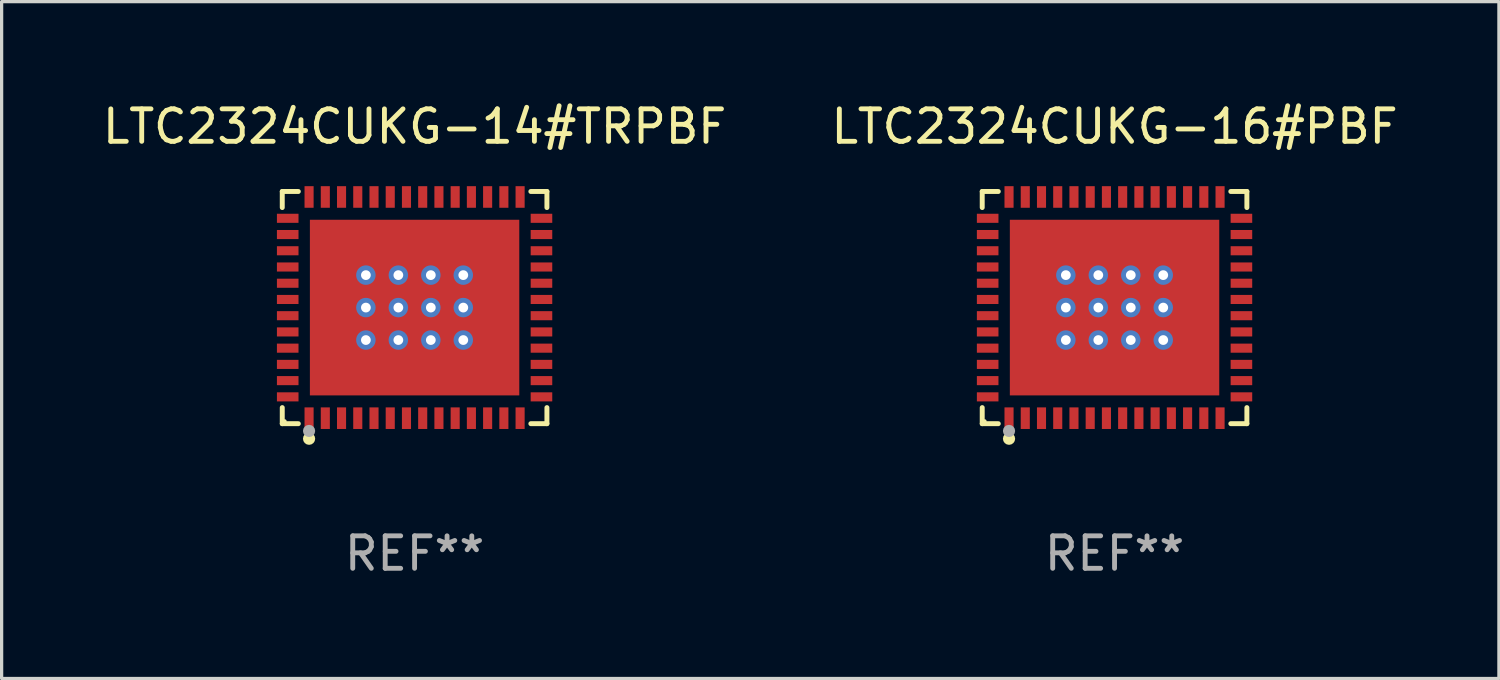
<source format=kicad_pcb>
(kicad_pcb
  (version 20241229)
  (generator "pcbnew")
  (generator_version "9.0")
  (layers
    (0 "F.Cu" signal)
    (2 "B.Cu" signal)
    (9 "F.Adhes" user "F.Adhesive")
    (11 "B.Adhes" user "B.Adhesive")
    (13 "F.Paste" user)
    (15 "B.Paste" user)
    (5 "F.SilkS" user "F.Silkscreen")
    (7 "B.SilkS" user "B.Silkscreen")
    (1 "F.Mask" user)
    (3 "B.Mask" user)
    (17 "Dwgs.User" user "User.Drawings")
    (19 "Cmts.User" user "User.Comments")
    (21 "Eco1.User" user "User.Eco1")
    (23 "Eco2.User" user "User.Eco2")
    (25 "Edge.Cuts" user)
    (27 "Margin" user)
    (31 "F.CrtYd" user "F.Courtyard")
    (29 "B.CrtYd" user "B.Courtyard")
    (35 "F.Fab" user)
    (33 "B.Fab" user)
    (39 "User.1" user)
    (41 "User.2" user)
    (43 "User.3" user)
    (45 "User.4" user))
  (footprint "LTC2324CUKG-16#PBF"
    (layer "F.Cu")
    (at 31.28 6.424)
    (property "Reference" "LTC2324CUKG-16#PBF" (at 0 -5.576 0) (layer "F.SilkS") (effects (font (size 1 1) (thickness 0.15))))
    (attr through_hole)
    (fp_line (start -4.076 -3.576) (end -3.581 -3.576) (stroke (width 0.152) (type solid)) (layer "F.SilkS"))
    (fp_line (start -4.076 -3.081) (end -4.076 -3.576) (stroke (width 0.152) (type solid)) (layer "F.SilkS"))
    (fp_line (start -4.076 3.081) (end -4.076 3.576) (stroke (width 0.152) (type solid)) (layer "F.SilkS"))
    (fp_line (start -4.076 3.576) (end -3.581 3.576) (stroke (width 0.152) (type solid)) (layer "F.SilkS"))
    (fp_line (start 4.076 -3.576) (end 3.581 -3.576) (stroke (width 0.152) (type solid)) (layer "F.SilkS"))
    (fp_line (start 4.076 -3.081) (end 4.076 -3.576) (stroke (width 0.152) (type solid)) (layer "F.SilkS"))
    (fp_line (start 4.076 3.081) (end 4.076 3.576) (stroke (width 0.152) (type solid)) (layer "F.SilkS"))
    (fp_line (start 4.076 3.576) (end 3.581 3.576) (stroke (width 0.152) (type solid)) (layer "F.SilkS"))
    (fp_circle (center -4 3.5) (end -3.97 3.5) (stroke (width 0.06) (type solid)) (fill no) (layer "F.SilkS"))
    (fp_circle (center -3.25 4.04) (end -3.156 4.04) (stroke (width 0.188) (type solid)) (fill no) (layer "F.SilkS"))
    (fp_circle (center -3.25 3.8) (end -3.156 3.8) (stroke (width 0.188) (type solid)) (fill no) (layer "F.Fab"))
    (fp_text user "REF**" (at 0 7.576 0) (layer "F.Fab") (effects (font (size 1 1) (thickness 0.15))))
    (pad "1" smd rect (at -3.25 3.407) (size 0.28 0.665) (layers "F.Cu" "F.Mask" "F.Paste"))
    (pad "2" smd rect (at -2.75 3.407) (size 0.28 0.665) (layers "F.Cu" "F.Mask" "F.Paste"))
    (pad "3" smd rect (at -2.25 3.407) (size 0.28 0.665) (layers "F.Cu" "F.Mask" "F.Paste"))
    (pad "4" smd rect (at -1.75 3.407) (size 0.28 0.665) (layers "F.Cu" "F.Mask" "F.Paste"))
    (pad "5" smd rect (at -1.25 3.407) (size 0.28 0.665) (layers "F.Cu" "F.Mask" "F.Paste"))
    (pad "6" smd rect (at -0.75 3.407) (size 0.28 0.665) (layers "F.Cu" "F.Mask" "F.Paste"))
    (pad "7" smd rect (at -0.25 3.407) (size 0.28 0.665) (layers "F.Cu" "F.Mask" "F.Paste"))
    (pad "8" smd rect (at 0.25 3.407) (size 0.28 0.665) (layers "F.Cu" "F.Mask" "F.Paste"))
    (pad "9" smd rect (at 0.75 3.407) (size 0.28 0.665) (layers "F.Cu" "F.Mask" "F.Paste"))
    (pad "10" smd rect (at 1.25 3.407) (size 0.28 0.665) (layers "F.Cu" "F.Mask" "F.Paste"))
    (pad "11" smd rect (at 1.75 3.407) (size 0.28 0.665) (layers "F.Cu" "F.Mask" "F.Paste"))
    (pad "12" smd rect (at 2.25 3.407) (size 0.28 0.665) (layers "F.Cu" "F.Mask" "F.Paste"))
    (pad "13" smd rect (at 2.75 3.407) (size 0.28 0.665) (layers "F.Cu" "F.Mask" "F.Paste"))
    (pad "14" smd rect (at 3.25 3.407) (size 0.28 0.665) (layers "F.Cu" "F.Mask" "F.Paste"))
    (pad "15" smd rect (at 3.908 2.75) (size 0.665 0.28) (layers "F.Cu" "F.Mask" "F.Paste"))
    (pad "16" smd rect (at 3.908 2.25) (size 0.665 0.28) (layers "F.Cu" "F.Mask" "F.Paste"))
    (pad "17" smd rect (at 3.908 1.75) (size 0.665 0.28) (layers "F.Cu" "F.Mask" "F.Paste"))
    (pad "18" smd rect (at 3.908 1.25) (size 0.665 0.28) (layers "F.Cu" "F.Mask" "F.Paste"))
    (pad "19" smd rect (at 3.908 0.75) (size 0.665 0.28) (layers "F.Cu" "F.Mask" "F.Paste"))
    (pad "20" smd rect (at 3.908 0.25) (size 0.665 0.28) (layers "F.Cu" "F.Mask" "F.Paste"))
    (pad "21" smd rect (at 3.908 -0.25) (size 0.665 0.28) (layers "F.Cu" "F.Mask" "F.Paste"))
    (pad "22" smd rect (at 3.908 -0.75) (size 0.665 0.28) (layers "F.Cu" "F.Mask" "F.Paste"))
    (pad "23" smd rect (at 3.908 -1.25) (size 0.665 0.28) (layers "F.Cu" "F.Mask" "F.Paste"))
    (pad "24" smd rect (at 3.908 -1.75) (size 0.665 0.28) (layers "F.Cu" "F.Mask" "F.Paste"))
    (pad "25" smd rect (at 3.908 -2.25) (size 0.665 0.28) (layers "F.Cu" "F.Mask" "F.Paste"))
    (pad "26" smd rect (at 3.908 -2.75) (size 0.665 0.28) (layers "F.Cu" "F.Mask" "F.Paste"))
    (pad "27" smd rect (at 3.25 -3.407) (size 0.28 0.665) (layers "F.Cu" "F.Mask" "F.Paste"))
    (pad "28" smd rect (at 2.75 -3.407) (size 0.28 0.665) (layers "F.Cu" "F.Mask" "F.Paste"))
    (pad "29" smd rect (at 2.25 -3.407) (size 0.28 0.665) (layers "F.Cu" "F.Mask" "F.Paste"))
    (pad "30" smd rect (at 1.75 -3.407) (size 0.28 0.665) (layers "F.Cu" "F.Mask" "F.Paste"))
    (pad "31" smd rect (at 1.25 -3.407) (size 0.28 0.665) (layers "F.Cu" "F.Mask" "F.Paste"))
    (pad "32" smd rect (at 0.75 -3.407) (size 0.28 0.665) (layers "F.Cu" "F.Mask" "F.Paste"))
    (pad "33" smd rect (at 0.25 -3.407) (size 0.28 0.665) (layers "F.Cu" "F.Mask" "F.Paste"))
    (pad "34" smd rect (at -0.25 -3.407) (size 0.28 0.665) (layers "F.Cu" "F.Mask" "F.Paste"))
    (pad "35" smd rect (at -0.75 -3.407) (size 0.28 0.665) (layers "F.Cu" "F.Mask" "F.Paste"))
    (pad "36" smd rect (at -1.25 -3.407) (size 0.28 0.665) (layers "F.Cu" "F.Mask" "F.Paste"))
    (pad "37" smd rect (at -1.75 -3.407) (size 0.28 0.665) (layers "F.Cu" "F.Mask" "F.Paste"))
    (pad "38" smd rect (at -2.25 -3.407) (size 0.28 0.665) (layers "F.Cu" "F.Mask" "F.Paste"))
    (pad "39" smd rect (at -2.75 -3.407) (size 0.28 0.665) (layers "F.Cu" "F.Mask" "F.Paste"))
    (pad "40" smd rect (at -3.25 -3.407) (size 0.28 0.665) (layers "F.Cu" "F.Mask" "F.Paste"))
    (pad "41" smd rect (at -3.908 -2.75) (size 0.665 0.28) (layers "F.Cu" "F.Mask" "F.Paste"))
    (pad "42" smd rect (at -3.908 -2.25) (size 0.665 0.28) (layers "F.Cu" "F.Mask" "F.Paste"))
    (pad "43" smd rect (at -3.908 -1.75) (size 0.665 0.28) (layers "F.Cu" "F.Mask" "F.Paste"))
    (pad "44" smd rect (at -3.908 -1.25) (size 0.665 0.28) (layers "F.Cu" "F.Mask" "F.Paste"))
    (pad "45" smd rect (at -3.908 -0.75) (size 0.665 0.28) (layers "F.Cu" "F.Mask" "F.Paste"))
    (pad "46" smd rect (at -3.908 -0.25) (size 0.665 0.28) (layers "F.Cu" "F.Mask" "F.Paste"))
    (pad "47" smd rect (at -3.908 0.25) (size 0.665 0.28) (layers "F.Cu" "F.Mask" "F.Paste"))
    (pad "48" smd rect (at -3.908 0.75) (size 0.665 0.28) (layers "F.Cu" "F.Mask" "F.Paste"))
    (pad "49" smd rect (at -3.908 1.25) (size 0.665 0.28) (layers "F.Cu" "F.Mask" "F.Paste"))
    (pad "50" smd rect (at -3.908 1.75) (size 0.665 0.28) (layers "F.Cu" "F.Mask" "F.Paste"))
    (pad "51" smd rect (at -3.908 2.25) (size 0.665 0.28) (layers "F.Cu" "F.Mask" "F.Paste"))
    (pad "52" smd rect (at -3.908 2.75) (size 0.665 0.28) (layers "F.Cu" "F.Mask" "F.Paste"))
    (pad "53" thru_hole circle (at -1.5 -1) (size 0.6 0.6) (drill 0.3) (layers "*.Cu" "*.Mask"))
    (pad "53" thru_hole circle (at -1.5 0) (size 0.6 0.6) (drill 0.3) (layers "*.Cu" "*.Mask"))
    (pad "53" thru_hole circle (at -1.5 1) (size 0.6 0.6) (drill 0.3) (layers "*.Cu" "*.Mask"))
    (pad "53" thru_hole circle (at -0.5 -1) (size 0.6 0.6) (drill 0.3) (layers "*.Cu" "*.Mask"))
    (pad "53" thru_hole circle (at -0.5 0) (size 0.6 0.6) (drill 0.3) (layers "*.Cu" "*.Mask"))
    (pad "53" thru_hole circle (at -0.5 1) (size 0.6 0.6) (drill 0.3) (layers "*.Cu" "*.Mask"))
    (pad "53" smd rect (at 0 0) (size 6.45 5.41) (layers "F.Cu" "F.Mask" "F.Paste"))
    (pad "53" thru_hole circle (at 0.5 -1) (size 0.6 0.6) (drill 0.3) (layers "*.Cu" "*.Mask"))
    (pad "53" thru_hole circle (at 0.5 0) (size 0.6 0.6) (drill 0.3) (layers "*.Cu" "*.Mask"))
    (pad "53" thru_hole circle (at 0.5 1) (size 0.6 0.6) (drill 0.3) (layers "*.Cu" "*.Mask"))
    (pad "53" thru_hole circle (at 1.5 -1) (size 0.6 0.6) (drill 0.3) (layers "*.Cu" "*.Mask"))
    (pad "53" thru_hole circle (at 1.5 0) (size 0.6 0.6) (drill 0.3) (layers "*.Cu" "*.Mask"))
    (pad "53" thru_hole circle (at 1.5 1) (size 0.6 0.6) (drill 0.3) (layers "*.Cu" "*.Mask")))
  (footprint "LTC2324CUKG-14#TRPBF"
    (layer "F.Cu")
    (at 9.72 6.424)
    (property "Reference" "LTC2324CUKG-14#TRPBF" (at 0 -5.576 0) (layer "F.SilkS") (effects (font (size 1 1) (thickness 0.15))))
    (attr through_hole)
    (fp_line (start -4.076 -3.576) (end -3.581 -3.576) (stroke (width 0.152) (type solid)) (layer "F.SilkS"))
    (fp_line (start -4.076 -3.081) (end -4.076 -3.576) (stroke (width 0.152) (type solid)) (layer "F.SilkS"))
    (fp_line (start -4.076 3.081) (end -4.076 3.576) (stroke (width 0.152) (type solid)) (layer "F.SilkS"))
    (fp_line (start -4.076 3.576) (end -3.581 3.576) (stroke (width 0.152) (type solid)) (layer "F.SilkS"))
    (fp_line (start 4.076 -3.576) (end 3.581 -3.576) (stroke (width 0.152) (type solid)) (layer "F.SilkS"))
    (fp_line (start 4.076 -3.081) (end 4.076 -3.576) (stroke (width 0.152) (type solid)) (layer "F.SilkS"))
    (fp_line (start 4.076 3.081) (end 4.076 3.576) (stroke (width 0.152) (type solid)) (layer "F.SilkS"))
    (fp_line (start 4.076 3.576) (end 3.581 3.576) (stroke (width 0.152) (type solid)) (layer "F.SilkS"))
    (fp_circle (center -4 3.5) (end -3.97 3.5) (stroke (width 0.06) (type solid)) (fill no) (layer "F.SilkS"))
    (fp_circle (center -3.25 4.04) (end -3.156 4.04) (stroke (width 0.188) (type solid)) (fill no) (layer "F.SilkS"))
    (fp_circle (center -3.25 3.8) (end -3.156 3.8) (stroke (width 0.188) (type solid)) (fill no) (layer "F.Fab"))
    (fp_text user "REF**" (at 0 7.576 0) (layer "F.Fab") (effects (font (size 1 1) (thickness 0.15))))
    (pad "1" smd rect (at -3.25 3.407) (size 0.28 0.665) (layers "F.Cu" "F.Mask" "F.Paste"))
    (pad "2" smd rect (at -2.75 3.407) (size 0.28 0.665) (layers "F.Cu" "F.Mask" "F.Paste"))
    (pad "3" smd rect (at -2.25 3.407) (size 0.28 0.665) (layers "F.Cu" "F.Mask" "F.Paste"))
    (pad "4" smd rect (at -1.75 3.407) (size 0.28 0.665) (layers "F.Cu" "F.Mask" "F.Paste"))
    (pad "5" smd rect (at -1.25 3.407) (size 0.28 0.665) (layers "F.Cu" "F.Mask" "F.Paste"))
    (pad "6" smd rect (at -0.75 3.407) (size 0.28 0.665) (layers "F.Cu" "F.Mask" "F.Paste"))
    (pad "7" smd rect (at -0.25 3.407) (size 0.28 0.665) (layers "F.Cu" "F.Mask" "F.Paste"))
    (pad "8" smd rect (at 0.25 3.407) (size 0.28 0.665) (layers "F.Cu" "F.Mask" "F.Paste"))
    (pad "9" smd rect (at 0.75 3.407) (size 0.28 0.665) (layers "F.Cu" "F.Mask" "F.Paste"))
    (pad "10" smd rect (at 1.25 3.407) (size 0.28 0.665) (layers "F.Cu" "F.Mask" "F.Paste"))
    (pad "11" smd rect (at 1.75 3.407) (size 0.28 0.665) (layers "F.Cu" "F.Mask" "F.Paste"))
    (pad "12" smd rect (at 2.25 3.407) (size 0.28 0.665) (layers "F.Cu" "F.Mask" "F.Paste"))
    (pad "13" smd rect (at 2.75 3.407) (size 0.28 0.665) (layers "F.Cu" "F.Mask" "F.Paste"))
    (pad "14" smd rect (at 3.25 3.407) (size 0.28 0.665) (layers "F.Cu" "F.Mask" "F.Paste"))
    (pad "15" smd rect (at 3.908 2.75) (size 0.665 0.28) (layers "F.Cu" "F.Mask" "F.Paste"))
    (pad "16" smd rect (at 3.908 2.25) (size 0.665 0.28) (layers "F.Cu" "F.Mask" "F.Paste"))
    (pad "17" smd rect (at 3.908 1.75) (size 0.665 0.28) (layers "F.Cu" "F.Mask" "F.Paste"))
    (pad "18" smd rect (at 3.908 1.25) (size 0.665 0.28) (layers "F.Cu" "F.Mask" "F.Paste"))
    (pad "19" smd rect (at 3.908 0.75) (size 0.665 0.28) (layers "F.Cu" "F.Mask" "F.Paste"))
    (pad "20" smd rect (at 3.908 0.25) (size 0.665 0.28) (layers "F.Cu" "F.Mask" "F.Paste"))
    (pad "21" smd rect (at 3.908 -0.25) (size 0.665 0.28) (layers "F.Cu" "F.Mask" "F.Paste"))
    (pad "22" smd rect (at 3.908 -0.75) (size 0.665 0.28) (layers "F.Cu" "F.Mask" "F.Paste"))
    (pad "23" smd rect (at 3.908 -1.25) (size 0.665 0.28) (layers "F.Cu" "F.Mask" "F.Paste"))
    (pad "24" smd rect (at 3.908 -1.75) (size 0.665 0.28) (layers "F.Cu" "F.Mask" "F.Paste"))
    (pad "25" smd rect (at 3.908 -2.25) (size 0.665 0.28) (layers "F.Cu" "F.Mask" "F.Paste"))
    (pad "26" smd rect (at 3.908 -2.75) (size 0.665 0.28) (layers "F.Cu" "F.Mask" "F.Paste"))
    (pad "27" smd rect (at 3.25 -3.407) (size 0.28 0.665) (layers "F.Cu" "F.Mask" "F.Paste"))
    (pad "28" smd rect (at 2.75 -3.407) (size 0.28 0.665) (layers "F.Cu" "F.Mask" "F.Paste"))
    (pad "29" smd rect (at 2.25 -3.407) (size 0.28 0.665) (layers "F.Cu" "F.Mask" "F.Paste"))
    (pad "30" smd rect (at 1.75 -3.407) (size 0.28 0.665) (layers "F.Cu" "F.Mask" "F.Paste"))
    (pad "31" smd rect (at 1.25 -3.407) (size 0.28 0.665) (layers "F.Cu" "F.Mask" "F.Paste"))
    (pad "32" smd rect (at 0.75 -3.407) (size 0.28 0.665) (layers "F.Cu" "F.Mask" "F.Paste"))
    (pad "33" smd rect (at 0.25 -3.407) (size 0.28 0.665) (layers "F.Cu" "F.Mask" "F.Paste"))
    (pad "34" smd rect (at -0.25 -3.407) (size 0.28 0.665) (layers "F.Cu" "F.Mask" "F.Paste"))
    (pad "35" smd rect (at -0.75 -3.407) (size 0.28 0.665) (layers "F.Cu" "F.Mask" "F.Paste"))
    (pad "36" smd rect (at -1.25 -3.407) (size 0.28 0.665) (layers "F.Cu" "F.Mask" "F.Paste"))
    (pad "37" smd rect (at -1.75 -3.407) (size 0.28 0.665) (layers "F.Cu" "F.Mask" "F.Paste"))
    (pad "38" smd rect (at -2.25 -3.407) (size 0.28 0.665) (layers "F.Cu" "F.Mask" "F.Paste"))
    (pad "39" smd rect (at -2.75 -3.407) (size 0.28 0.665) (layers "F.Cu" "F.Mask" "F.Paste"))
    (pad "40" smd rect (at -3.25 -3.407) (size 0.28 0.665) (layers "F.Cu" "F.Mask" "F.Paste"))
    (pad "41" smd rect (at -3.908 -2.75) (size 0.665 0.28) (layers "F.Cu" "F.Mask" "F.Paste"))
    (pad "42" smd rect (at -3.908 -2.25) (size 0.665 0.28) (layers "F.Cu" "F.Mask" "F.Paste"))
    (pad "43" smd rect (at -3.908 -1.75) (size 0.665 0.28) (layers "F.Cu" "F.Mask" "F.Paste"))
    (pad "44" smd rect (at -3.908 -1.25) (size 0.665 0.28) (layers "F.Cu" "F.Mask" "F.Paste"))
    (pad "45" smd rect (at -3.908 -0.75) (size 0.665 0.28) (layers "F.Cu" "F.Mask" "F.Paste"))
    (pad "46" smd rect (at -3.908 -0.25) (size 0.665 0.28) (layers "F.Cu" "F.Mask" "F.Paste"))
    (pad "47" smd rect (at -3.908 0.25) (size 0.665 0.28) (layers "F.Cu" "F.Mask" "F.Paste"))
    (pad "48" smd rect (at -3.908 0.75) (size 0.665 0.28) (layers "F.Cu" "F.Mask" "F.Paste"))
    (pad "49" smd rect (at -3.908 1.25) (size 0.665 0.28) (layers "F.Cu" "F.Mask" "F.Paste"))
    (pad "50" smd rect (at -3.908 1.75) (size 0.665 0.28) (layers "F.Cu" "F.Mask" "F.Paste"))
    (pad "51" smd rect (at -3.908 2.25) (size 0.665 0.28) (layers "F.Cu" "F.Mask" "F.Paste"))
    (pad "52" smd rect (at -3.908 2.75) (size 0.665 0.28) (layers "F.Cu" "F.Mask" "F.Paste"))
    (pad "53" thru_hole circle (at -1.5 -1) (size 0.6 0.6) (drill 0.3) (layers "*.Cu" "*.Mask"))
    (pad "53" thru_hole circle (at -1.5 0) (size 0.6 0.6) (drill 0.3) (layers "*.Cu" "*.Mask"))
    (pad "53" thru_hole circle (at -1.5 1) (size 0.6 0.6) (drill 0.3) (layers "*.Cu" "*.Mask"))
    (pad "53" thru_hole circle (at -0.5 -1) (size 0.6 0.6) (drill 0.3) (layers "*.Cu" "*.Mask"))
    (pad "53" thru_hole circle (at -0.5 0) (size 0.6 0.6) (drill 0.3) (layers "*.Cu" "*.Mask"))
    (pad "53" thru_hole circle (at -0.5 1) (size 0.6 0.6) (drill 0.3) (layers "*.Cu" "*.Mask"))
    (pad "53" smd rect (at 0 0) (size 6.45 5.41) (layers "F.Cu" "F.Mask" "F.Paste"))
    (pad "53" thru_hole circle (at 0.5 -1) (size 0.6 0.6) (drill 0.3) (layers "*.Cu" "*.Mask"))
    (pad "53" thru_hole circle (at 0.5 0) (size 0.6 0.6) (drill 0.3) (layers "*.Cu" "*.Mask"))
    (pad "53" thru_hole circle (at 0.5 1) (size 0.6 0.6) (drill 0.3) (layers "*.Cu" "*.Mask"))
    (pad "53" thru_hole circle (at 1.5 -1) (size 0.6 0.6) (drill 0.3) (layers "*.Cu" "*.Mask"))
    (pad "53" thru_hole circle (at 1.5 0) (size 0.6 0.6) (drill 0.3) (layers "*.Cu" "*.Mask"))
    (pad "53" thru_hole circle (at 1.5 1) (size 0.6 0.6) (drill 0.3) (layers "*.Cu" "*.Mask")))
  (gr_rect
    (start -3 -3)
    (end 43.119 17.849)
    (stroke (width 0.1) (type default))
    (fill no)
    (layer "Edge.Cuts")))
</source>
